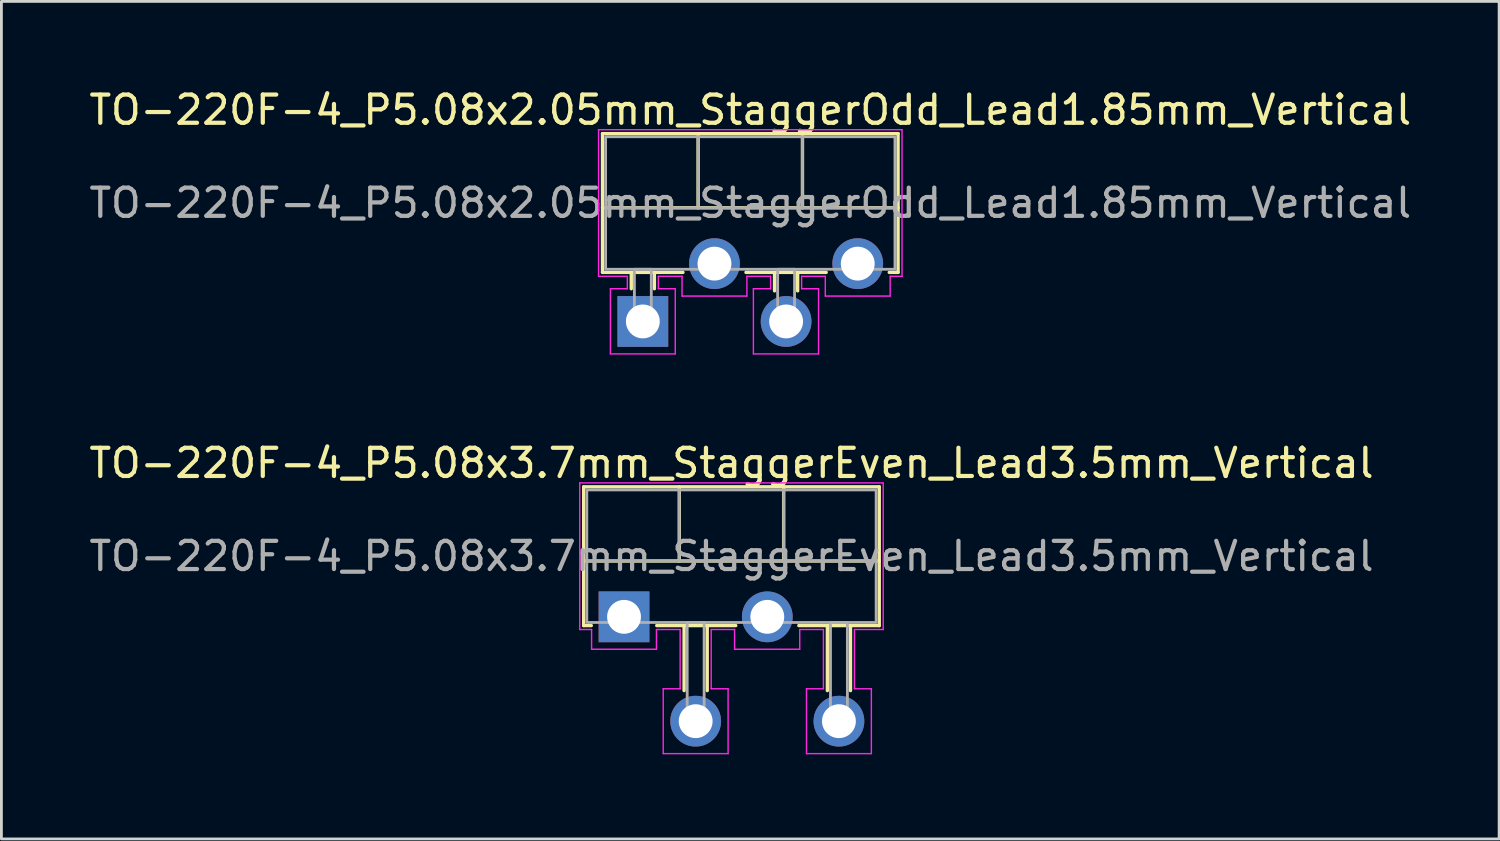
<source format=kicad_pcb>
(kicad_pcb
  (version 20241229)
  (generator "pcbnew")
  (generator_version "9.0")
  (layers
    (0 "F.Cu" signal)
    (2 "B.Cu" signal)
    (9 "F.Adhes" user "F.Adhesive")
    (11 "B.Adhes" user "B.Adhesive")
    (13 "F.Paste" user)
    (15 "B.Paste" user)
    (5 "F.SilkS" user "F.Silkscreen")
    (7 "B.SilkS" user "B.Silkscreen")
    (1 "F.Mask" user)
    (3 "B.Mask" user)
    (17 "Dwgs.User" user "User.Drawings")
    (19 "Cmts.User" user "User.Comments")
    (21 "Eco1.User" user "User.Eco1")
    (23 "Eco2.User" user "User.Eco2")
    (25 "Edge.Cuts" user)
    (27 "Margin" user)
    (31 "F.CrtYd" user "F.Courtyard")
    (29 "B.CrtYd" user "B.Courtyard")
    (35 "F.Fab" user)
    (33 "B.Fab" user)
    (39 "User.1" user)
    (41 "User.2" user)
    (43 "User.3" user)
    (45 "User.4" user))
  (footprint "TO-220F-4_P5.08x3.7mm_StaggerEven_Lead3.5mm_Vertical"
    (layer "F.Cu")
    (at 19.077 18.822)
    (property "Reference" "TO-220F-4_P5.08x3.7mm_StaggerEven_Lead3.5mm_Vertical" (at 3.81 -5.45 0) (layer "F.SilkS") (effects (font (size 1 1) (thickness 0.15))))
    (attr through_hole)
    (fp_line (start -1.43 -4.61) (end -1.43 0.31) (stroke (width 0.12) (type solid)) (layer "F.SilkS"))
    (fp_line (start -1.43 -4.61) (end 9.05 -4.61) (stroke (width 0.12) (type solid)) (layer "F.SilkS"))
    (fp_line (start -1.43 -1.98) (end 9.05 -1.98) (stroke (width 0.12) (type solid)) (layer "F.SilkS"))
    (fp_line (start -1.43 0.31) (end -1.16 0.31) (stroke (width 0.12) (type solid)) (layer "F.SilkS"))
    (fp_line (start 1.16 0.31) (end 3.962 0.31) (stroke (width 0.12) (type solid)) (layer "F.SilkS"))
    (fp_line (start 1.96 -4.61) (end 1.96 -1.98) (stroke (width 0.12) (type solid)) (layer "F.SilkS"))
    (fp_line (start 2.13 0.31) (end 2.13 2.615) (stroke (width 0.12) (type solid)) (layer "F.SilkS"))
    (fp_line (start 2.95 0.31) (end 2.95 2.615) (stroke (width 0.12) (type solid)) (layer "F.SilkS"))
    (fp_line (start 5.66 -4.61) (end 5.66 -1.98) (stroke (width 0.12) (type solid)) (layer "F.SilkS"))
    (fp_line (start 6.198 0.31) (end 9.05 0.31) (stroke (width 0.12) (type solid)) (layer "F.SilkS"))
    (fp_line (start 7.21 0.31) (end 7.21 2.615) (stroke (width 0.12) (type solid)) (layer "F.SilkS"))
    (fp_line (start 8.03 0.31) (end 8.03 2.615) (stroke (width 0.12) (type solid)) (layer "F.SilkS"))
    (fp_line (start 9.05 -4.61) (end 9.05 0.31) (stroke (width 0.12) (type solid)) (layer "F.SilkS"))
    (fp_line (start -1.57 -4.75) (end 9.19 -4.75) (stroke (width 0.05) (type solid)) (layer "F.CrtYd"))
    (fp_line (start -1.57 0.45) (end -1.57 -4.75) (stroke (width 0.05) (type solid)) (layer "F.CrtYd"))
    (fp_line (start -1.15 0.45) (end -1.57 0.45) (stroke (width 0.05) (type solid)) (layer "F.CrtYd"))
    (fp_line (start -1.15 1.15) (end -1.15 0.45) (stroke (width 0.05) (type solid)) (layer "F.CrtYd"))
    (fp_line (start 1.15 0.45) (end 1.15 1.15) (stroke (width 0.05) (type solid)) (layer "F.CrtYd"))
    (fp_line (start 1.15 1.15) (end -1.15 1.15) (stroke (width 0.05) (type solid)) (layer "F.CrtYd"))
    (fp_line (start 1.39 2.55) (end 1.99 2.55) (stroke (width 0.05) (type solid)) (layer "F.CrtYd"))
    (fp_line (start 1.39 4.85) (end 1.39 2.55) (stroke (width 0.05) (type solid)) (layer "F.CrtYd"))
    (fp_line (start 1.99 0.45) (end 1.15 0.45) (stroke (width 0.05) (type solid)) (layer "F.CrtYd"))
    (fp_line (start 1.99 2.55) (end 1.99 0.45) (stroke (width 0.05) (type solid)) (layer "F.CrtYd"))
    (fp_line (start 3.09 0.45) (end 3.09 2.55) (stroke (width 0.05) (type solid)) (layer "F.CrtYd"))
    (fp_line (start 3.09 2.55) (end 3.69 2.55) (stroke (width 0.05) (type solid)) (layer "F.CrtYd"))
    (fp_line (start 3.69 2.55) (end 3.69 4.85) (stroke (width 0.05) (type solid)) (layer "F.CrtYd"))
    (fp_line (start 3.69 4.85) (end 1.39 4.85) (stroke (width 0.05) (type solid)) (layer "F.CrtYd"))
    (fp_line (start 3.92 0.45) (end 3.09 0.45) (stroke (width 0.05) (type solid)) (layer "F.CrtYd"))
    (fp_line (start 3.92 1.15) (end 3.92 0.45) (stroke (width 0.05) (type solid)) (layer "F.CrtYd"))
    (fp_line (start 6.23 0.45) (end 6.23 1.15) (stroke (width 0.05) (type solid)) (layer "F.CrtYd"))
    (fp_line (start 6.23 1.15) (end 3.92 1.15) (stroke (width 0.05) (type solid)) (layer "F.CrtYd"))
    (fp_line (start 6.47 2.55) (end 7.07 2.55) (stroke (width 0.05) (type solid)) (layer "F.CrtYd"))
    (fp_line (start 6.47 4.85) (end 6.47 2.55) (stroke (width 0.05) (type solid)) (layer "F.CrtYd"))
    (fp_line (start 7.07 0.45) (end 6.23 0.45) (stroke (width 0.05) (type solid)) (layer "F.CrtYd"))
    (fp_line (start 7.07 2.55) (end 7.07 0.45) (stroke (width 0.05) (type solid)) (layer "F.CrtYd"))
    (fp_line (start 8.17 0.45) (end 8.17 2.55) (stroke (width 0.05) (type solid)) (layer "F.CrtYd"))
    (fp_line (start 8.17 2.55) (end 8.77 2.55) (stroke (width 0.05) (type solid)) (layer "F.CrtYd"))
    (fp_line (start 8.77 2.55) (end 8.77 4.85) (stroke (width 0.05) (type solid)) (layer "F.CrtYd"))
    (fp_line (start 8.77 4.85) (end 6.47 4.85) (stroke (width 0.05) (type solid)) (layer "F.CrtYd"))
    (fp_line (start 9.19 -4.75) (end 9.19 0.45) (stroke (width 0.05) (type solid)) (layer "F.CrtYd"))
    (fp_line (start 9.19 0.45) (end 8.17 0.45) (stroke (width 0.05) (type solid)) (layer "F.CrtYd"))
    (fp_line (start -1.32 -1.98) (end 8.94 -1.98) (stroke (width 0.1) (type solid)) (layer "F.Fab"))
    (fp_line (start 1.96 -4.5) (end 1.96 -1.98) (stroke (width 0.1) (type solid)) (layer "F.Fab"))
    (fp_line (start 5.66 -4.5) (end 5.66 -1.98) (stroke (width 0.1) (type solid)) (layer "F.Fab"))
    (fp_rect (start -1.32 -4.5) (end 8.94 0.2) (stroke (width 0.1) (type solid)) (fill no) (layer "F.Fab"))
    (fp_rect (start 2.24 0.2) (end 2.84 3.7) (stroke (width 0.1) (type solid)) (fill no) (layer "F.Fab"))
    (fp_rect (start 7.32 0.2) (end 7.92 3.7) (stroke (width 0.1) (type solid)) (fill no) (layer "F.Fab"))
    (fp_text user "${REFERENCE}" (at 3.81 -2.15 0) (layer "F.Fab") (effects (font (size 1 1) (thickness 0.15))))
    (pad "1" thru_hole rect (at 0 0) (size 1.8 1.8) (drill 1.2) (layers "*.Cu" "*.Mask"))
    (pad "2" thru_hole circle (at 2.54 3.7) (size 1.8 1.8) (drill 1.2) (layers "*.Cu" "*.Mask"))
    (pad "3" thru_hole circle (at 5.08 0) (size 1.8 1.8) (drill 1.2) (layers "*.Cu" "*.Mask"))
    (pad "4" thru_hole circle (at 7.62 3.7) (size 1.8 1.8) (drill 1.2) (layers "*.Cu" "*.Mask")))
  (footprint "TO-220F-4_P5.08x2.05mm_StaggerOdd_Lead1.85mm_Vertical"
    (layer "F.Cu")
    (at 19.744 8.348)
    (property "Reference" "TO-220F-4_P5.08x2.05mm_StaggerOdd_Lead1.85mm_Vertical" (at 3.81 -7.5 0) (layer "F.SilkS") (effects (font (size 1 1) (thickness 0.15))))
    (attr through_hole)
    (fp_line (start -1.43 -6.66) (end -1.43 -1.74) (stroke (width 0.12) (type solid)) (layer "F.SilkS"))
    (fp_line (start -1.43 -6.66) (end 9.05 -6.66) (stroke (width 0.12) (type solid)) (layer "F.SilkS"))
    (fp_line (start -1.43 -4.03) (end 9.05 -4.03) (stroke (width 0.12) (type solid)) (layer "F.SilkS"))
    (fp_line (start -1.43 -1.74) (end 1.422 -1.74) (stroke (width 0.12) (type solid)) (layer "F.SilkS"))
    (fp_line (start -0.41 -1.74) (end -0.41 -1.16) (stroke (width 0.12) (type solid)) (layer "F.SilkS"))
    (fp_line (start 0.41 -1.74) (end 0.41 -1.16) (stroke (width 0.12) (type solid)) (layer "F.SilkS"))
    (fp_line (start 1.96 -6.66) (end 1.96 -4.03) (stroke (width 0.12) (type solid)) (layer "F.SilkS"))
    (fp_line (start 3.658 -1.74) (end 6.502 -1.74) (stroke (width 0.12) (type solid)) (layer "F.SilkS"))
    (fp_line (start 4.67 -1.74) (end 4.67 -1.085) (stroke (width 0.12) (type solid)) (layer "F.SilkS"))
    (fp_line (start 5.49 -1.74) (end 5.49 -1.085) (stroke (width 0.12) (type solid)) (layer "F.SilkS"))
    (fp_line (start 5.66 -6.66) (end 5.66 -4.03) (stroke (width 0.12) (type solid)) (layer "F.SilkS"))
    (fp_line (start 8.738 -1.74) (end 9.05 -1.74) (stroke (width 0.12) (type solid)) (layer "F.SilkS"))
    (fp_line (start 9.05 -6.66) (end 9.05 -1.74) (stroke (width 0.12) (type solid)) (layer "F.SilkS"))
    (fp_line (start -1.57 -6.8) (end 9.19 -6.8) (stroke (width 0.05) (type solid)) (layer "F.CrtYd"))
    (fp_line (start -1.57 -1.6) (end -1.57 -6.8) (stroke (width 0.05) (type solid)) (layer "F.CrtYd"))
    (fp_line (start -1.15 -1.16) (end -0.55 -1.16) (stroke (width 0.05) (type solid)) (layer "F.CrtYd"))
    (fp_line (start -1.15 1.15) (end -1.15 -1.16) (stroke (width 0.05) (type solid)) (layer "F.CrtYd"))
    (fp_line (start -0.55 -1.6) (end -1.57 -1.6) (stroke (width 0.05) (type solid)) (layer "F.CrtYd"))
    (fp_line (start -0.55 -1.16) (end -0.55 -1.6) (stroke (width 0.05) (type solid)) (layer "F.CrtYd"))
    (fp_line (start 0.55 -1.6) (end 0.55 -1.16) (stroke (width 0.05) (type solid)) (layer "F.CrtYd"))
    (fp_line (start 0.55 -1.16) (end 1.15 -1.16) (stroke (width 0.05) (type solid)) (layer "F.CrtYd"))
    (fp_line (start 1.15 -1.16) (end 1.15 1.15) (stroke (width 0.05) (type solid)) (layer "F.CrtYd"))
    (fp_line (start 1.15 1.15) (end -1.15 1.15) (stroke (width 0.05) (type solid)) (layer "F.CrtYd"))
    (fp_line (start 1.39 -1.6) (end 0.55 -1.6) (stroke (width 0.05) (type solid)) (layer "F.CrtYd"))
    (fp_line (start 1.39 -0.9) (end 1.39 -1.6) (stroke (width 0.05) (type solid)) (layer "F.CrtYd"))
    (fp_line (start 3.69 -1.6) (end 3.69 -0.9) (stroke (width 0.05) (type solid)) (layer "F.CrtYd"))
    (fp_line (start 3.69 -0.9) (end 1.39 -0.9) (stroke (width 0.05) (type solid)) (layer "F.CrtYd"))
    (fp_line (start 3.92 -1.16) (end 4.53 -1.16) (stroke (width 0.05) (type solid)) (layer "F.CrtYd"))
    (fp_line (start 3.92 1.15) (end 3.92 -1.16) (stroke (width 0.05) (type solid)) (layer "F.CrtYd"))
    (fp_line (start 4.53 -1.6) (end 3.69 -1.6) (stroke (width 0.05) (type solid)) (layer "F.CrtYd"))
    (fp_line (start 4.53 -1.16) (end 4.53 -1.6) (stroke (width 0.05) (type solid)) (layer "F.CrtYd"))
    (fp_line (start 5.63 -1.6) (end 5.63 -1.16) (stroke (width 0.05) (type solid)) (layer "F.CrtYd"))
    (fp_line (start 5.63 -1.16) (end 6.23 -1.16) (stroke (width 0.05) (type solid)) (layer "F.CrtYd"))
    (fp_line (start 6.23 -1.16) (end 6.23 1.15) (stroke (width 0.05) (type solid)) (layer "F.CrtYd"))
    (fp_line (start 6.23 1.15) (end 3.92 1.15) (stroke (width 0.05) (type solid)) (layer "F.CrtYd"))
    (fp_line (start 6.47 -1.6) (end 5.63 -1.6) (stroke (width 0.05) (type solid)) (layer "F.CrtYd"))
    (fp_line (start 6.47 -0.9) (end 6.47 -1.6) (stroke (width 0.05) (type solid)) (layer "F.CrtYd"))
    (fp_line (start 8.77 -1.6) (end 8.77 -0.9) (stroke (width 0.05) (type solid)) (layer "F.CrtYd"))
    (fp_line (start 8.77 -0.9) (end 6.47 -0.9) (stroke (width 0.05) (type solid)) (layer "F.CrtYd"))
    (fp_line (start 9.19 -6.8) (end 9.19 -1.6) (stroke (width 0.05) (type solid)) (layer "F.CrtYd"))
    (fp_line (start 9.19 -1.6) (end 8.77 -1.6) (stroke (width 0.05) (type solid)) (layer "F.CrtYd"))
    (fp_line (start -1.32 -4.03) (end 8.94 -4.03) (stroke (width 0.1) (type solid)) (layer "F.Fab"))
    (fp_line (start 1.96 -6.55) (end 1.96 -4.03) (stroke (width 0.1) (type solid)) (layer "F.Fab"))
    (fp_line (start 5.66 -6.55) (end 5.66 -4.03) (stroke (width 0.1) (type solid)) (layer "F.Fab"))
    (fp_rect (start -1.32 -6.55) (end 8.94 -1.85) (stroke (width 0.1) (type solid)) (fill no) (layer "F.Fab"))
    (fp_rect (start -0.3 -1.85) (end 0.3 0) (stroke (width 0.1) (type solid)) (fill no) (layer "F.Fab"))
    (fp_rect (start 4.78 -1.85) (end 5.38 0) (stroke (width 0.1) (type solid)) (fill no) (layer "F.Fab"))
    (fp_text user "${REFERENCE}" (at 3.81 -4.2 0) (layer "F.Fab") (effects (font (size 1 1) (thickness 0.15))))
    (pad "1" thru_hole rect (at 0 0) (size 1.8 1.8) (drill 1.2) (layers "*.Cu" "*.Mask"))
    (pad "2" thru_hole circle (at 2.54 -2.05) (size 1.8 1.8) (drill 1.2) (layers "*.Cu" "*.Mask"))
    (pad "3" thru_hole circle (at 5.08 0) (size 1.8 1.8) (drill 1.2) (layers "*.Cu" "*.Mask"))
    (pad "4" thru_hole circle (at 7.62 -2.05) (size 1.8 1.8) (drill 1.2) (layers "*.Cu" "*.Mask")))
  (gr_rect
    (start -3 -3)
    (end 50.107 26.697)
    (stroke (width 0.1) (type default))
    (fill no)
    (layer "Edge.Cuts")))
</source>
